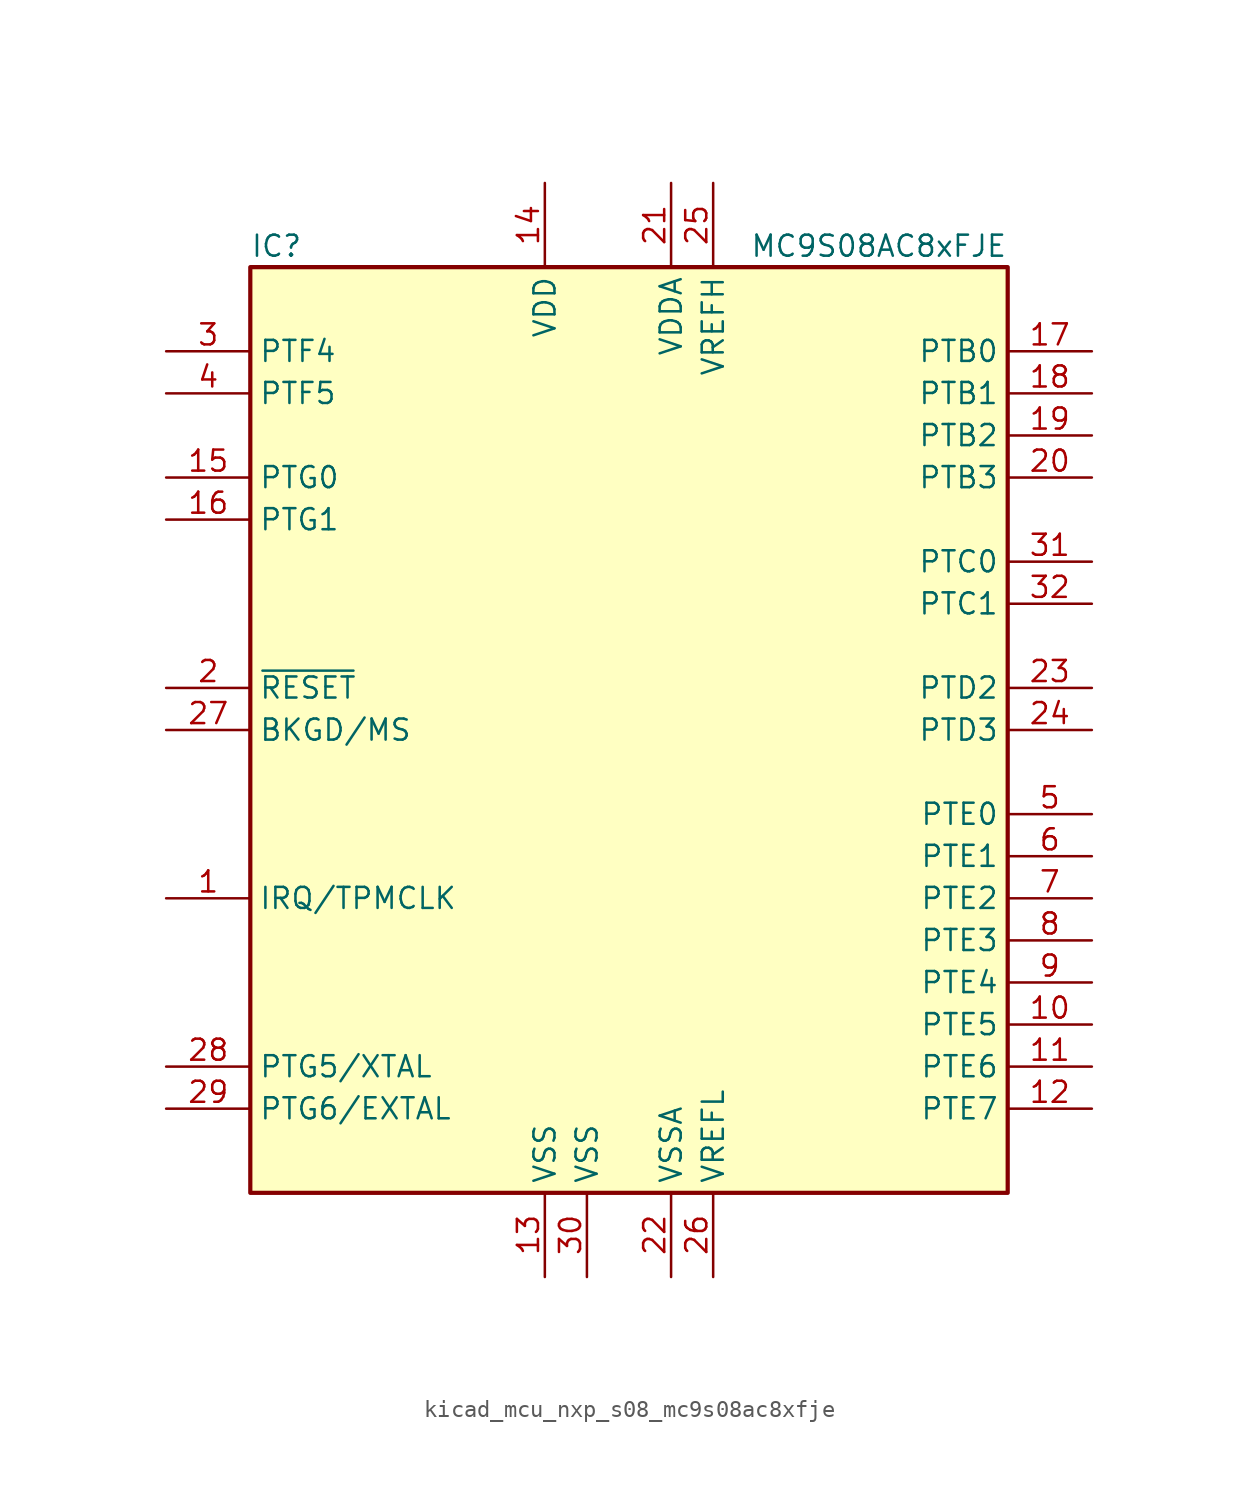
<source format=kicad_sym>
(kicad_symbol_lib
  (version 20220914)
  (generator kicad_symbol_editor)
  (symbol "kicad_mcu_nxp_s08_mc9s08ac8xfje"
    (property "Reference" "IC"
      (at -22.86 29.21 0)
      (effects (font (size 1.27 1.27)) (justify left)))
    (property "Value" "MC9S08AC8xFJE"
      (at 22.86 29.21 0)
      (effects (font (size 1.27 1.27)) (justify right)))
    (symbol "kicad_mcu_nxp_s08_mc9s08ac8xfje_0_1"
      (rectangle (start -22.86 27.94) (end 22.86 -27.94) (stroke (width 0.254) (type default)) (fill (type background))))
    (symbol "kicad_mcu_nxp_s08_mc9s08ac8xfje_1_1"
      (pin input line (at -27.94 -10.16 0) (length 5.08) (name "IRQ/TPMCLK" (effects (font (size 1.27 1.27)))) (number "1" (effects (font (size 1.27 1.27)))))
      (pin bidirectional line (at 27.94 -17.78 180) (length 5.08) (name "PTE5" (effects (font (size 1.27 1.27)))) (number "10" (effects (font (size 1.27 1.27)))))
      (pin bidirectional line (at 27.94 -20.32 180) (length 5.08) (name "PTE6" (effects (font (size 1.27 1.27)))) (number "11" (effects (font (size 1.27 1.27)))))
      (pin bidirectional line (at 27.94 -22.86 180) (length 5.08) (name "PTE7" (effects (font (size 1.27 1.27)))) (number "12" (effects (font (size 1.27 1.27)))))
      (pin power_in line (at -5.08 -33.02 90) (length 5.08) (name "VSS" (effects (font (size 1.27 1.27)))) (number "13" (effects (font (size 1.27 1.27)))))
      (pin power_in line (at -5.08 33.02 270) (length 5.08) (name "VDD" (effects (font (size 1.27 1.27)))) (number "14" (effects (font (size 1.27 1.27)))))
      (pin bidirectional line (at -27.94 15.24 0) (length 5.08) (name "PTG0" (effects (font (size 1.27 1.27)))) (number "15" (effects (font (size 1.27 1.27)))))
      (pin bidirectional line (at -27.94 12.7 0) (length 5.08) (name "PTG1" (effects (font (size 1.27 1.27)))) (number "16" (effects (font (size 1.27 1.27)))))
      (pin bidirectional line (at 27.94 22.86 180) (length 5.08) (name "PTB0" (effects (font (size 1.27 1.27)))) (number "17" (effects (font (size 1.27 1.27)))))
      (pin bidirectional line (at 27.94 20.32 180) (length 5.08) (name "PTB1" (effects (font (size 1.27 1.27)))) (number "18" (effects (font (size 1.27 1.27)))))
      (pin bidirectional line (at 27.94 17.78 180) (length 5.08) (name "PTB2" (effects (font (size 1.27 1.27)))) (number "19" (effects (font (size 1.27 1.27)))))
      (pin input line (at -27.94 2.54 0) (length 5.08) (name "~{RESET}" (effects (font (size 1.27 1.27)))) (number "2" (effects (font (size 1.27 1.27)))))
      (pin bidirectional line (at 27.94 15.24 180) (length 5.08) (name "PTB3" (effects (font (size 1.27 1.27)))) (number "20" (effects (font (size 1.27 1.27)))))
      (pin power_in line (at 2.54 33.02 270) (length 5.08) (name "VDDA" (effects (font (size 1.27 1.27)))) (number "21" (effects (font (size 1.27 1.27)))))
      (pin power_in line (at 2.54 -33.02 90) (length 5.08) (name "VSSA" (effects (font (size 1.27 1.27)))) (number "22" (effects (font (size 1.27 1.27)))))
      (pin bidirectional line (at 27.94 2.54 180) (length 5.08) (name "PTD2" (effects (font (size 1.27 1.27)))) (number "23" (effects (font (size 1.27 1.27)))))
      (pin bidirectional line (at 27.94 0 180) (length 5.08) (name "PTD3" (effects (font (size 1.27 1.27)))) (number "24" (effects (font (size 1.27 1.27)))))
      (pin power_in line (at 5.08 33.02 270) (length 5.08) (name "VREFH" (effects (font (size 1.27 1.27)))) (number "25" (effects (font (size 1.27 1.27)))))
      (pin power_in line (at 5.08 -33.02 90) (length 5.08) (name "VREFL" (effects (font (size 1.27 1.27)))) (number "26" (effects (font (size 1.27 1.27)))))
      (pin bidirectional line (at -27.94 0 0) (length 5.08) (name "BKGD/MS" (effects (font (size 1.27 1.27)))) (number "27" (effects (font (size 1.27 1.27)))))
      (pin bidirectional line (at -27.94 -20.32 0) (length 5.08) (name "PTG5/XTAL" (effects (font (size 1.27 1.27)))) (number "28" (effects (font (size 1.27 1.27)))))
      (pin bidirectional line (at -27.94 -22.86 0) (length 5.08) (name "PTG6/EXTAL" (effects (font (size 1.27 1.27)))) (number "29" (effects (font (size 1.27 1.27)))))
      (pin bidirectional line (at -27.94 22.86 0) (length 5.08) (name "PTF4" (effects (font (size 1.27 1.27)))) (number "3" (effects (font (size 1.27 1.27)))))
      (pin power_in line (at -2.54 -33.02 90) (length 5.08) (name "VSS" (effects (font (size 1.27 1.27)))) (number "30" (effects (font (size 1.27 1.27)))))
      (pin bidirectional line (at 27.94 10.16 180) (length 5.08) (name "PTC0" (effects (font (size 1.27 1.27)))) (number "31" (effects (font (size 1.27 1.27)))))
      (pin bidirectional line (at 27.94 7.62 180) (length 5.08) (name "PTC1" (effects (font (size 1.27 1.27)))) (number "32" (effects (font (size 1.27 1.27)))))
      (pin bidirectional line (at -27.94 20.32 0) (length 5.08) (name "PTF5" (effects (font (size 1.27 1.27)))) (number "4" (effects (font (size 1.27 1.27)))))
      (pin bidirectional line (at 27.94 -5.08 180) (length 5.08) (name "PTE0" (effects (font (size 1.27 1.27)))) (number "5" (effects (font (size 1.27 1.27)))))
      (pin bidirectional line (at 27.94 -7.62 180) (length 5.08) (name "PTE1" (effects (font (size 1.27 1.27)))) (number "6" (effects (font (size 1.27 1.27)))))
      (pin bidirectional line (at 27.94 -10.16 180) (length 5.08) (name "PTE2" (effects (font (size 1.27 1.27)))) (number "7" (effects (font (size 1.27 1.27)))))
      (pin bidirectional line (at 27.94 -12.7 180) (length 5.08) (name "PTE3" (effects (font (size 1.27 1.27)))) (number "8" (effects (font (size 1.27 1.27)))))
      (pin bidirectional line (at 27.94 -15.24 180) (length 5.08) (name "PTE4" (effects (font (size 1.27 1.27)))) (number "9" (effects (font (size 1.27 1.27))))))))
</source>
